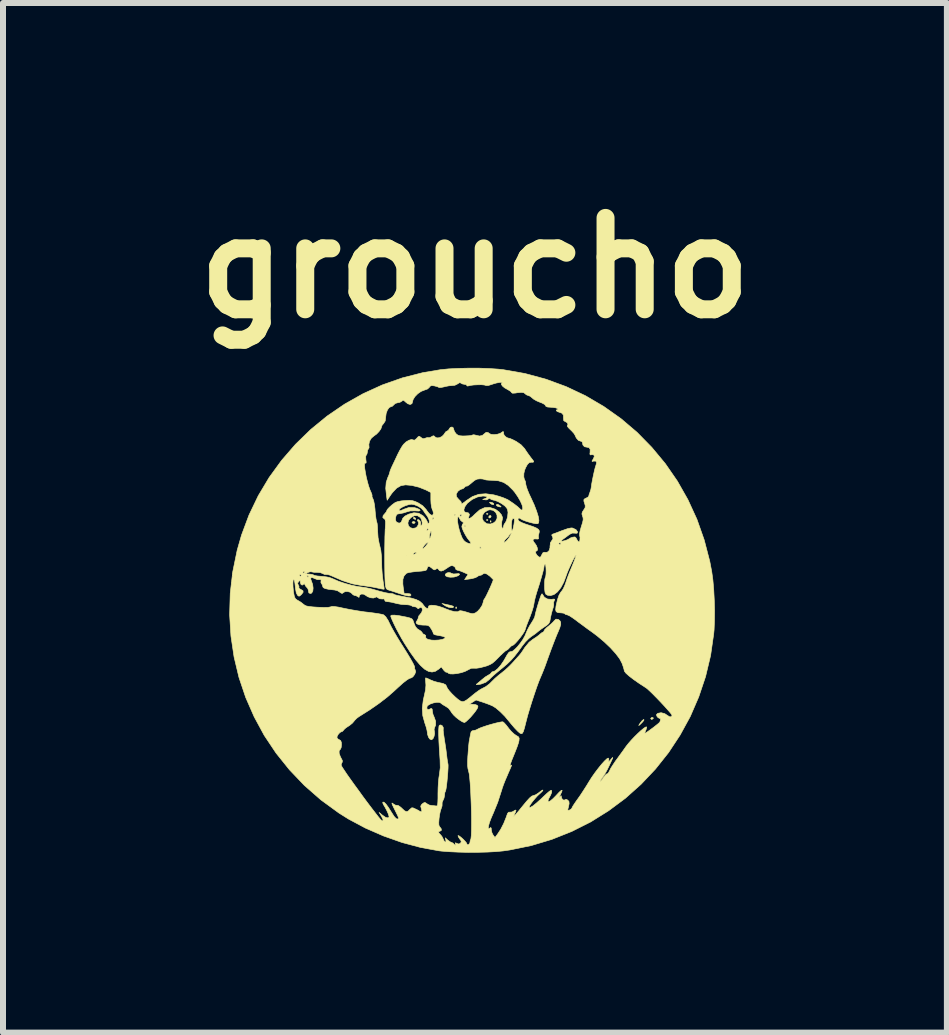
<source format=kicad_pcb>
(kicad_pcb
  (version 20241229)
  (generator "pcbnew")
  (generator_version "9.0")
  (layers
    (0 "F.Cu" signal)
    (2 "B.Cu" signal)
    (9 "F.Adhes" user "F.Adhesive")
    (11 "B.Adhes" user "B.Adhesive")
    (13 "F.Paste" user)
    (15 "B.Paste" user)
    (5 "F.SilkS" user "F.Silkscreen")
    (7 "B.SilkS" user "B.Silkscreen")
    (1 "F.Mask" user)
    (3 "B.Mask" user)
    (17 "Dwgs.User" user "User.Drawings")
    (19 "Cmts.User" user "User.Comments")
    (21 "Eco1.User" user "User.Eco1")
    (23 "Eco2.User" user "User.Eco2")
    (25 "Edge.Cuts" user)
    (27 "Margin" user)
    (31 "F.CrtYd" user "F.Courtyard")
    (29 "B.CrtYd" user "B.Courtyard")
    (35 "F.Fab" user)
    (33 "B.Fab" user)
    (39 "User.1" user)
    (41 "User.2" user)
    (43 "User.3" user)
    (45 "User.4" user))
  (footprint "groucho"
    (layer "F.Cu")
    (at 4.82 7.118)
    (property "Reference" "groucho" (at 0.05 -5.7 0) (layer "F.SilkS") (effects (font (size 1.524 1.524) (thickness 0.3))))
    (attr through_hole)
    (fp_poly (pts (xy -0.26 -0.045) (xy -0.258 -0.025) (xy -0.26 -0.023) (xy -0.27 -0.025) (xy -0.271 -0.034) (xy -0.265 -0.048) (xy -0.26 -0.045)) (stroke (width 0.01) (type solid)) (fill yes) (layer "F.SilkS"))
    (fp_poly (pts (xy 0.265 -1.603) (xy 0.263 -1.593) (xy 0.254 -1.592) (xy 0.24 -1.598) (xy 0.243 -1.603) (xy 0.263 -1.605) (xy 0.265 -1.603)) (stroke (width 0.01) (type solid)) (fill yes) (layer "F.SilkS"))
    (fp_poly (pts (xy 0.265 -1.501) (xy 0.263 -1.491) (xy 0.254 -1.49) (xy 0.24 -1.496) (xy 0.243 -1.501) (xy 0.263 -1.503) (xy 0.265 -1.501)) (stroke (width 0.01) (type solid)) (fill yes) (layer "F.SilkS"))
    (fp_poly (pts (xy 0.316 -1.484) (xy 0.318 -1.464) (xy 0.316 -1.462) (xy 0.306 -1.464) (xy 0.305 -1.473) (xy 0.311 -1.487) (xy 0.316 -1.484)) (stroke (width 0.01) (type solid)) (fill yes) (layer "F.SilkS"))
    (fp_poly (pts (xy 0.319 -1.554) (xy 0.31 -1.539) (xy 0.289 -1.531) (xy 0.281 -1.538) (xy 0.283 -1.561) (xy 0.289 -1.567) (xy 0.313 -1.571) (xy 0.319 -1.554)) (stroke (width 0.01) (type solid)) (fill yes) (layer "F.SilkS"))
    (fp_poly (pts (xy -0.951 -1.464) (xy -0.948 -1.456) (xy -0.962 -1.441) (xy -0.974 -1.439) (xy -0.996 -1.448) (xy -0.999 -1.456) (xy -0.985 -1.471) (xy -0.974 -1.473) (xy -0.951 -1.464)) (stroke (width 0.01) (type solid)) (fill yes) (layer "F.SilkS"))
    (fp_poly (pts (xy -0.943 -1.529) (xy -0.94 -1.524) (xy -0.941 -1.508) (xy -0.946 -1.507) (xy -0.97 -1.519) (xy -0.974 -1.524) (xy -0.973 -1.54) (xy -0.967 -1.541) (xy -0.943 -1.529)) (stroke (width 0.01) (type solid)) (fill yes) (layer "F.SilkS"))
    (fp_poly (pts (xy 0.447 -1.75) (xy 0.467 -1.736) (xy 0.486 -1.718) (xy 0.476 -1.714) (xy 0.436 -1.722) (xy 0.411 -1.736) (xy 0.406 -1.745) (xy 0.417 -1.76) (xy 0.447 -1.75)) (stroke (width 0.01) (type solid)) (fill yes) (layer "F.SilkS"))
    (fp_poly (pts (xy 3.024 1.803) (xy 3.023 1.812) (xy 3.001 1.828) (xy 2.996 1.829) (xy 2.981 1.816) (xy 2.98 1.812) (xy 2.994 1.797) (xy 3.007 1.795) (xy 3.024 1.803)) (stroke (width 0.01) (type solid)) (fill yes) (layer "F.SilkS"))
    (fp_poly (pts (xy 0.337 -1.788) (xy 0.36 -1.774) (xy 0.364 -1.758) (xy 0.36 -1.755) (xy 0.335 -1.756) (xy 0.312 -1.77) (xy 0.292 -1.788) (xy 0.301 -1.794) (xy 0.305 -1.794) (xy 0.337 -1.788)) (stroke (width 0.01) (type solid)) (fill yes) (layer "F.SilkS"))
    (fp_poly (pts (xy -0.451 -0.094) (xy -0.395 -0.082) (xy -0.354 -0.073) (xy -0.319 -0.062) (xy -0.305 -0.049) (xy -0.319 -0.036) (xy -0.353 -0.035) (xy -0.396 -0.044) (xy -0.439 -0.063) (xy -0.449 -0.069) (xy -0.5 -0.105) (xy -0.451 -0.094)) (stroke (width 0.01) (type solid)) (fill yes) (layer "F.SilkS"))
    (fp_poly (pts (xy 2.868 1.839) (xy 2.849 1.866) (xy 2.836 1.88) (xy 2.805 1.911) (xy 2.784 1.929) (xy 2.781 1.93) (xy 2.786 1.918) (xy 2.805 1.889) (xy 2.811 1.88) (xy 2.839 1.846) (xy 2.863 1.829) (xy 2.866 1.829) (xy 2.868 1.839)) (stroke (width 0.01) (type solid)) (fill yes) (layer "F.SilkS"))
    (fp_poly (pts (xy -0.362 -0.618) (xy -0.348 -0.61) (xy -0.307 -0.597) (xy -0.263 -0.6) (xy -0.219 -0.603) (xy -0.205 -0.593) (xy -0.221 -0.575) (xy -0.246 -0.562) (xy -0.299 -0.546) (xy -0.358 -0.543) (xy -0.41 -0.55) (xy -0.44 -0.567) (xy -0.445 -0.591) (xy -0.426 -0.61) (xy -0.395 -0.621) (xy -0.362 -0.618)) (stroke (width 0.01) (type solid)) (fill yes) (layer "F.SilkS"))
    (fp_poly (pts (xy 1.176 -0.257) (xy 1.208 -0.208) (xy 1.261 -0.179) (xy 1.325 -0.174) (xy 1.33 -0.175) (xy 1.368 -0.179) (xy 1.38 -0.173) (xy 1.372 -0.152) (xy 1.371 -0.151) (xy 1.36 -0.118) (xy 1.363 -0.103) (xy 1.363 -0.079) (xy 1.354 -0.035) (xy 1.344 -0.006) (xy 1.325 0.061) (xy 1.309 0.132) (xy 1.306 0.152) (xy 1.297 0.198) (xy 1.279 0.23) (xy 1.245 0.26) (xy 1.211 0.283) (xy 1.158 0.319) (xy 1.113 0.353) (xy 1.092 0.37) (xy 1.057 0.399) (xy 1.008 0.433) (xy 0.989 0.445) (xy 0.944 0.482) (xy 0.891 0.536) (xy 0.841 0.599) (xy 0.837 0.604) (xy 0.767 0.701) (xy 0.707 0.778) (xy 0.65 0.842) (xy 0.588 0.902) (xy 0.514 0.965) (xy 0.481 0.991) (xy 0.416 1.045) (xy 0.358 1.095) (xy 0.314 1.136) (xy 0.291 1.16) (xy 0.232 1.208) (xy 0.15 1.239) (xy 0.11 1.246) (xy 0.077 1.249) (xy 0.073 1.243) (xy 0.091 1.228) (xy 0.124 1.201) (xy 0.166 1.165) (xy 0.176 1.157) (xy 0.222 1.12) (xy 0.268 1.092) (xy 0.275 1.088) (xy 0.308 1.068) (xy 0.322 1.05) (xy 0.335 1.035) (xy 0.347 1.033) (xy 0.384 1.019) (xy 0.431 0.98) (xy 0.481 0.922) (xy 0.529 0.852) (xy 0.553 0.81) (xy 0.588 0.748) (xy 0.613 0.713) (xy 0.634 0.699) (xy 0.646 0.7) (xy 0.674 0.692) (xy 0.714 0.66) (xy 0.761 0.613) (xy 0.808 0.554) (xy 0.851 0.492) (xy 0.884 0.432) (xy 0.896 0.403) (xy 0.924 0.337) (xy 0.962 0.265) (xy 0.989 0.223) (xy 1.021 0.171) (xy 1.043 0.128) (xy 1.05 0.104) (xy 1.055 0.077) (xy 1.068 0.026) (xy 1.087 -0.042) (xy 1.107 -0.109) (xy 1.133 -0.189) (xy 1.151 -0.24) (xy 1.164 -0.264) (xy 1.173 -0.264) (xy 1.176 -0.257)) (stroke (width 0.01) (type solid)) (fill yes) (layer "F.SilkS"))
    (fp_poly (pts (xy 1.438 0.16) (xy 1.464 0.179) (xy 1.479 0.206) (xy 1.48 0.245) (xy 1.464 0.3) (xy 1.432 0.378) (xy 1.429 0.383) (xy 1.403 0.446) (xy 1.367 0.537) (xy 1.322 0.655) (xy 1.27 0.797) (xy 1.219 0.94) (xy 1.194 1.004) (xy 1.164 1.078) (xy 1.143 1.126) (xy 1.114 1.197) (xy 1.079 1.292) (xy 1.041 1.404) (xy 1.001 1.525) (xy 0.963 1.647) (xy 0.929 1.761) (xy 0.903 1.861) (xy 0.898 1.88) (xy 0.876 1.968) (xy 0.858 2.027) (xy 0.841 2.059) (xy 0.821 2.067) (xy 0.797 2.055) (xy 0.764 2.026) (xy 0.758 2.02) (xy 0.711 1.971) (xy 0.658 1.909) (xy 0.621 1.864) (xy 0.548 1.776) (xy 0.471 1.699) (xy 0.398 1.637) (xy 0.349 1.606) (xy 0.304 1.586) (xy 0.241 1.562) (xy 0.181 1.541) (xy 0.067 1.504) (xy 0.012 1.539) (xy -0.042 1.574) (xy 0.008 1.575) (xy 0.054 1.58) (xy 0.084 1.591) (xy 0.099 1.606) (xy 0.096 1.629) (xy 0.084 1.653) (xy 0.059 1.691) (xy 0.021 1.739) (xy -0.022 1.789) (xy -0.066 1.833) (xy -0.102 1.866) (xy -0.124 1.88) (xy -0.125 1.88) (xy -0.16 1.868) (xy -0.208 1.838) (xy -0.261 1.798) (xy -0.307 1.754) (xy -0.34 1.714) (xy -0.346 1.702) (xy -0.389 1.643) (xy -0.438 1.61) (xy -0.481 1.585) (xy -0.511 1.564) (xy -0.516 1.558) (xy -0.543 1.544) (xy -0.589 1.543) (xy -0.643 1.553) (xy -0.695 1.571) (xy -0.735 1.595) (xy -0.75 1.614) (xy -0.752 1.647) (xy -0.735 1.664) (xy -0.711 1.659) (xy -0.679 1.644) (xy -0.664 1.656) (xy -0.66 1.693) (xy -0.651 1.742) (xy -0.629 1.794) (xy -0.628 1.797) (xy -0.606 1.858) (xy -0.606 1.922) (xy -0.627 1.973) (xy -0.632 2.001) (xy -0.627 2.023) (xy -0.623 2.064) (xy -0.632 2.11) (xy -0.65 2.149) (xy -0.674 2.167) (xy -0.677 2.167) (xy -0.705 2.154) (xy -0.725 2.124) (xy -0.741 2.076) (xy -0.745 2.04) (xy -0.751 2.004) (xy -0.766 1.948) (xy -0.787 1.886) (xy -0.82 1.767) (xy -0.829 1.643) (xy -0.812 1.507) (xy -0.795 1.431) (xy -0.774 1.334) (xy -0.768 1.256) (xy -0.771 1.216) (xy -0.775 1.169) (xy -0.774 1.14) (xy -0.771 1.135) (xy -0.751 1.142) (xy -0.712 1.159) (xy -0.695 1.168) (xy -0.633 1.193) (xy -0.566 1.211) (xy -0.556 1.213) (xy -0.481 1.229) (xy -0.438 1.251) (xy -0.423 1.279) (xy -0.423 1.279) (xy -0.411 1.308) (xy -0.379 1.351) (xy -0.333 1.402) (xy -0.278 1.455) (xy -0.234 1.493) (xy -0.197 1.519) (xy -0.166 1.532) (xy -0.134 1.529) (xy -0.095 1.508) (xy -0.042 1.468) (xy 0.01 1.425) (xy 0.065 1.381) (xy 0.115 1.345) (xy 0.151 1.322) (xy 0.154 1.321) (xy 0.231 1.281) (xy 0.293 1.234) (xy 0.337 1.19) (xy 0.385 1.143) (xy 0.445 1.091) (xy 0.491 1.055) (xy 0.554 1.004) (xy 0.621 0.942) (xy 0.666 0.896) (xy 0.714 0.843) (xy 0.757 0.795) (xy 0.787 0.762) (xy 0.818 0.724) (xy 0.855 0.67) (xy 0.879 0.632) (xy 0.953 0.541) (xy 1.016 0.492) (xy 1.069 0.458) (xy 1.115 0.424) (xy 1.134 0.407) (xy 1.165 0.382) (xy 1.185 0.373) (xy 1.201 0.359) (xy 1.202 0.35) (xy 1.215 0.328) (xy 1.247 0.296) (xy 1.275 0.274) (xy 1.32 0.236) (xy 1.356 0.201) (xy 1.368 0.186) (xy 1.4 0.156) (xy 1.438 0.16)) (stroke (width 0.01) (type solid)) (fill yes) (layer "F.SilkS"))
    (fp_poly (pts (xy 0.118 -4.029) (xy 0.286 -4.023) (xy 0.436 -4.013) (xy 0.52 -4.004) (xy 0.883 -3.94) (xy 1.234 -3.845) (xy 1.571 -3.721) (xy 1.893 -3.569) (xy 2.198 -3.39) (xy 2.485 -3.187) (xy 2.753 -2.959) (xy 2.999 -2.708) (xy 3.224 -2.437) (xy 3.425 -2.146) (xy 3.601 -1.836) (xy 3.751 -1.509) (xy 3.872 -1.166) (xy 3.965 -0.809) (xy 3.998 -0.635) (xy 4.017 -0.498) (xy 4.031 -0.337) (xy 4.04 -0.163) (xy 4.045 0.014) (xy 4.043 0.184) (xy 4.037 0.336) (xy 4.031 0.399) (xy 3.979 0.762) (xy 3.895 1.114) (xy 3.781 1.453) (xy 3.64 1.779) (xy 3.471 2.088) (xy 3.278 2.381) (xy 3.06 2.655) (xy 2.82 2.909) (xy 2.559 3.142) (xy 2.278 3.351) (xy 1.98 3.537) (xy 1.664 3.696) (xy 1.333 3.828) (xy 0.987 3.932) (xy 0.63 4.005) (xy 0.52 4.021) (xy 0.402 4.032) (xy 0.259 4.04) (xy 0.1 4.044) (xy -0.065 4.045) (xy -0.227 4.041) (xy -0.377 4.034) (xy -0.507 4.024) (xy -0.55 4.019) (xy -0.856 3.963) (xy -1.167 3.88) (xy -1.476 3.771) (xy -1.776 3.64) (xy -2.059 3.489) (xy -2.22 3.388) (xy -2.52 3.169) (xy -2.795 2.928) (xy -3.044 2.667) (xy -3.267 2.389) (xy -3.464 2.094) (xy -3.632 1.784) (xy -3.773 1.462) (xy -3.885 1.129) (xy -3.967 0.787) (xy -4.019 0.438) (xy -4.041 0.083) (xy -4.031 -0.274) (xy -4.011 -0.448) (xy -2.986 -0.448) (xy -2.984 -0.382) (xy -2.976 -0.3) (xy -2.972 -0.274) (xy -2.961 -0.219) (xy -2.945 -0.186) (xy -2.917 -0.164) (xy -2.906 -0.158) (xy -2.854 -0.127) (xy -2.811 -0.093) (xy -2.788 -0.076) (xy -2.759 -0.063) (xy -2.716 -0.055) (xy -2.653 -0.048) (xy -2.579 -0.043) (xy -2.476 -0.039) (xy -2.402 -0.04) (xy -2.36 -0.048) (xy -2.357 -0.049) (xy -2.332 -0.056) (xy -2.291 -0.054) (xy -2.229 -0.045) (xy -2.141 -0.026) (xy -2.131 -0.024) (xy -2.031 -0.004) (xy -1.914 0.016) (xy -1.797 0.034) (xy -1.726 0.042) (xy -1.641 0.053) (xy -1.565 0.064) (xy -1.506 0.075) (xy -1.473 0.084) (xy -1.472 0.085) (xy -1.438 0.116) (xy -1.397 0.18) (xy -1.372 0.232) (xy -1.342 0.291) (xy -1.298 0.37) (xy -1.245 0.461) (xy -1.187 0.555) (xy -1.154 0.607) (xy -1.081 0.724) (xy -1.024 0.819) (xy -0.983 0.892) (xy -0.96 0.94) (xy -0.955 0.963) (xy -0.958 0.965) (xy -0.958 0.978) (xy -0.948 0.999) (xy -0.939 1.033) (xy -0.953 1.072) (xy -0.96 1.084) (xy -0.986 1.118) (xy -1.011 1.134) (xy -1.013 1.135) (xy -1.043 1.144) (xy -1.088 1.172) (xy -1.15 1.22) (xy -1.23 1.292) (xy -1.296 1.353) (xy -1.41 1.453) (xy -1.549 1.56) (xy -1.706 1.669) (xy -1.874 1.775) (xy -1.877 1.776) (xy -1.923 1.81) (xy -1.958 1.846) (xy -1.966 1.857) (xy -1.993 1.889) (xy -2.037 1.925) (xy -2.058 1.939) (xy -2.102 1.968) (xy -2.133 1.996) (xy -2.14 2.006) (xy -2.162 2.029) (xy -2.174 2.032) (xy -2.202 2.046) (xy -2.231 2.078) (xy -2.25 2.115) (xy -2.252 2.129) (xy -2.238 2.152) (xy -2.214 2.166) (xy -2.189 2.182) (xy -2.178 2.212) (xy -2.176 2.25) (xy -2.181 2.297) (xy -2.193 2.325) (xy -2.197 2.328) (xy -2.215 2.351) (xy -2.215 2.393) (xy -2.196 2.446) (xy -2.184 2.47) (xy -2.162 2.512) (xy -2.162 2.539) (xy -2.169 2.55) (xy -2.181 2.581) (xy -2.179 2.596) (xy -2.164 2.624) (xy -2.131 2.674) (xy -2.085 2.743) (xy -2.027 2.825) (xy -1.961 2.917) (xy -1.89 3.014) (xy -1.818 3.114) (xy -1.746 3.211) (xy -1.678 3.301) (xy -1.617 3.38) (xy -1.567 3.445) (xy -1.529 3.491) (xy -1.507 3.513) (xy -1.506 3.514) (xy -1.484 3.521) (xy -1.482 3.502) (xy -1.501 3.461) (xy -1.51 3.444) (xy -1.549 3.378) (xy -1.493 3.425) (xy -1.439 3.462) (xy -1.4 3.47) (xy -1.382 3.457) (xy -1.385 3.436) (xy -1.399 3.395) (xy -1.422 3.344) (xy -1.449 3.293) (xy -1.474 3.251) (xy -1.476 3.248) (xy -1.488 3.219) (xy -1.485 3.206) (xy -1.466 3.209) (xy -1.435 3.239) (xy -1.395 3.293) (xy -1.348 3.368) (xy -1.334 3.39) (xy -1.298 3.446) (xy -1.266 3.48) (xy -1.249 3.488) (xy -1.231 3.487) (xy -1.223 3.481) (xy -1.226 3.463) (xy -1.241 3.428) (xy -1.27 3.369) (xy -1.278 3.353) (xy -1.312 3.284) (xy -1.331 3.242) (xy -1.335 3.223) (xy -1.325 3.225) (xy -1.306 3.241) (xy -1.273 3.259) (xy -1.251 3.26) (xy -1.225 3.266) (xy -1.187 3.293) (xy -1.169 3.31) (xy -1.124 3.352) (xy -1.091 3.367) (xy -1.063 3.356) (xy -1.038 3.33) (xy -1.005 3.302) (xy -0.982 3.303) (xy -0.943 3.321) (xy -0.931 3.326) (xy -0.896 3.344) (xy -0.877 3.356) (xy -0.847 3.37) (xy -0.836 3.355) (xy -0.845 3.316) (xy -0.846 3.311) (xy -0.855 3.274) (xy -0.84 3.247) (xy -0.826 3.234) (xy -0.796 3.214) (xy -0.776 3.216) (xy -0.756 3.231) (xy -0.714 3.255) (xy -0.68 3.262) (xy -0.631 3.267) (xy -0.601 3.271) (xy -0.587 3.271) (xy -0.578 3.264) (xy -0.572 3.244) (xy -0.569 3.204) (xy -0.567 3.141) (xy -0.567 3.065) (xy -0.565 2.972) (xy -0.56 2.881) (xy -0.552 2.802) (xy -0.544 2.752) (xy -0.529 2.633) (xy -0.532 2.507) (xy -0.543 2.341) (xy -0.551 2.201) (xy -0.555 2.088) (xy -0.555 2.003) (xy -0.551 1.948) (xy -0.545 1.926) (xy -0.52 1.92) (xy -0.494 1.935) (xy -0.479 1.963) (xy -0.479 1.981) (xy -0.48 2.01) (xy -0.475 2.062) (xy -0.465 2.127) (xy -0.463 2.143) (xy -0.449 2.231) (xy -0.434 2.33) (xy -0.423 2.419) (xy -0.415 2.485) (xy -0.407 2.537) (xy -0.401 2.567) (xy -0.4 2.571) (xy -0.398 2.594) (xy -0.399 2.643) (xy -0.403 2.708) (xy -0.409 2.784) (xy -0.416 2.86) (xy -0.424 2.93) (xy -0.432 2.985) (xy -0.439 3.017) (xy -0.441 3.022) (xy -0.453 3.049) (xy -0.457 3.09) (xy -0.466 3.14) (xy -0.483 3.178) (xy -0.498 3.215) (xy -0.498 3.24) (xy -0.499 3.272) (xy -0.513 3.313) (xy -0.527 3.355) (xy -0.54 3.416) (xy -0.549 3.481) (xy -0.554 3.548) (xy -0.552 3.589) (xy -0.543 3.614) (xy -0.534 3.623) (xy -0.512 3.653) (xy -0.511 3.679) (xy -0.532 3.691) (xy -0.533 3.691) (xy -0.556 3.7) (xy -0.552 3.722) (xy -0.529 3.746) (xy -0.502 3.778) (xy -0.482 3.817) (xy -0.465 3.854) (xy -0.447 3.873) (xy -0.435 3.871) (xy -0.435 3.845) (xy -0.436 3.841) (xy -0.445 3.802) (xy -0.404 3.84) (xy -0.37 3.866) (xy -0.345 3.878) (xy -0.344 3.878) (xy -0.319 3.889) (xy -0.305 3.903) (xy -0.281 3.926) (xy -0.272 3.922) (xy -0.277 3.903) (xy -0.28 3.886) (xy -0.262 3.89) (xy -0.252 3.896) (xy -0.218 3.906) (xy -0.192 3.891) (xy -0.179 3.871) (xy -0.185 3.847) (xy -0.205 3.821) (xy -0.226 3.788) (xy -0.233 3.767) (xy -0.232 3.765) (xy -0.215 3.77) (xy -0.185 3.792) (xy -0.148 3.825) (xy -0.114 3.86) (xy -0.09 3.89) (xy -0.085 3.905) (xy -0.073 3.92) (xy -0.059 3.918) (xy -0.037 3.894) (xy -0.034 3.879) (xy -0.029 3.848) (xy -0.024 3.839) (xy -0.017 3.815) (xy -0.011 3.762) (xy -0.008 3.685) (xy -0.007 3.589) (xy -0.007 3.479) (xy -0.009 3.36) (xy -0.013 3.237) (xy -0.018 3.115) (xy -0.023 2.999) (xy -0.03 2.894) (xy -0.038 2.804) (xy -0.046 2.735) (xy -0.056 2.693) (xy -0.056 2.692) (xy -0.067 2.649) (xy -0.073 2.598) (xy -0.073 2.532) (xy -0.069 2.443) (xy -0.067 2.421) (xy -0.061 2.339) (xy -0.055 2.266) (xy -0.049 2.211) (xy -0.045 2.184) (xy -0.036 2.138) (xy -0.026 2.083) (xy -0.025 2.079) (xy -0.015 2.036) (xy 0.004 2.018) (xy 0.022 2.015) (xy 0.066 2.005) (xy 0.097 1.989) (xy 0.13 1.973) (xy 0.184 1.953) (xy 0.252 1.93) (xy 0.327 1.908) (xy 0.398 1.889) (xy 0.46 1.875) (xy 0.502 1.868) (xy 0.517 1.869) (xy 0.538 1.886) (xy 0.571 1.923) (xy 0.609 1.972) (xy 0.609 1.973) (xy 0.654 2.026) (xy 0.701 2.07) (xy 0.736 2.095) (xy 0.773 2.116) (xy 0.787 2.14) (xy 0.784 2.181) (xy 0.784 2.183) (xy 0.774 2.222) (xy 0.753 2.284) (xy 0.724 2.359) (xy 0.693 2.436) (xy 0.661 2.514) (xy 0.641 2.57) (xy 0.633 2.601) (xy 0.639 2.605) (xy 0.652 2.595) (xy 0.659 2.59) (xy 0.659 2.597) (xy 0.651 2.619) (xy 0.633 2.661) (xy 0.604 2.727) (xy 0.585 2.772) (xy 0.553 2.846) (xy 0.524 2.92) (xy 0.503 2.98) (xy 0.5 2.992) (xy 0.43 3.209) (xy 0.355 3.393) (xy 0.346 3.412) (xy 0.317 3.48) (xy 0.292 3.546) (xy 0.278 3.597) (xy 0.278 3.598) (xy 0.271 3.64) (xy 0.274 3.654) (xy 0.288 3.647) (xy 0.294 3.643) (xy 0.313 3.63) (xy 0.321 3.643) (xy 0.322 3.668) (xy 0.333 3.718) (xy 0.353 3.757) (xy 0.384 3.797) (xy 0.427 3.74) (xy 0.48 3.659) (xy 0.53 3.561) (xy 0.569 3.464) (xy 0.577 3.441) (xy 0.594 3.394) (xy 0.612 3.375) (xy 0.629 3.375) (xy 0.666 3.372) (xy 0.689 3.36) (xy 0.723 3.339) (xy 0.735 3.344) (xy 0.725 3.375) (xy 0.719 3.388) (xy 0.702 3.424) (xy 0.697 3.445) (xy 0.697 3.446) (xy 0.709 3.435) (xy 0.738 3.403) (xy 0.78 3.353) (xy 0.83 3.291) (xy 0.843 3.275) (xy 0.91 3.194) (xy 0.96 3.139) (xy 0.996 3.108) (xy 1.021 3.098) (xy 1.057 3.087) (xy 1.101 3.06) (xy 1.117 3.048) (xy 1.153 3.02) (xy 1.178 3.006) (xy 1.183 3.006) (xy 1.177 3.021) (xy 1.15 3.049) (xy 1.131 3.066) (xy 1.093 3.101) (xy 1.051 3.148) (xy 1.01 3.197) (xy 0.977 3.243) (xy 0.956 3.279) (xy 0.953 3.296) (xy 0.975 3.294) (xy 1.018 3.269) (xy 1.078 3.22) (xy 1.155 3.151) (xy 1.189 3.118) (xy 1.25 3.061) (xy 1.291 3.026) (xy 1.316 3.011) (xy 1.329 3.015) (xy 1.33 3.017) (xy 1.328 3.048) (xy 1.311 3.09) (xy 1.305 3.101) (xy 1.275 3.158) (xy 1.267 3.191) (xy 1.279 3.2) (xy 1.308 3.186) (xy 1.353 3.148) (xy 1.402 3.098) (xy 1.455 3.041) (xy 1.489 3.012) (xy 1.503 3.009) (xy 1.497 3.034) (xy 1.483 3.063) (xy 1.465 3.101) (xy 1.457 3.127) (xy 1.46 3.132) (xy 1.473 3.116) (xy 1.486 3.1) (xy 1.49 3.114) (xy 1.49 3.118) (xy 1.499 3.148) (xy 1.52 3.17) (xy 1.542 3.174) (xy 1.549 3.168) (xy 1.571 3.161) (xy 1.593 3.171) (xy 1.616 3.194) (xy 1.62 3.228) (xy 1.617 3.248) (xy 1.607 3.294) (xy 1.598 3.327) (xy 1.598 3.327) (xy 1.6 3.343) (xy 1.624 3.341) (xy 1.657 3.32) (xy 1.668 3.302) (xy 1.682 3.274) (xy 1.712 3.228) (xy 1.75 3.173) (xy 1.762 3.157) (xy 1.807 3.093) (xy 1.86 3.012) (xy 1.915 2.926) (xy 1.949 2.87) (xy 1.996 2.795) (xy 2.05 2.718) (xy 2.107 2.643) (xy 2.161 2.576) (xy 2.21 2.522) (xy 2.249 2.485) (xy 2.272 2.472) (xy 2.282 2.486) (xy 2.28 2.51) (xy 2.277 2.532) (xy 2.285 2.53) (xy 2.31 2.503) (xy 2.314 2.498) (xy 2.335 2.473) (xy 2.347 2.462) (xy 2.347 2.47) (xy 2.334 2.5) (xy 2.309 2.554) (xy 2.288 2.599) (xy 2.256 2.665) (xy 2.223 2.725) (xy 2.196 2.767) (xy 2.195 2.769) (xy 2.157 2.822) (xy 2.139 2.852) (xy 2.14 2.862) (xy 2.141 2.862) (xy 2.155 2.849) (xy 2.18 2.816) (xy 2.195 2.794) (xy 2.223 2.757) (xy 2.246 2.737) (xy 2.254 2.736) (xy 2.268 2.728) (xy 2.288 2.696) (xy 2.294 2.683) (xy 2.316 2.64) (xy 2.353 2.582) (xy 2.396 2.518) (xy 2.41 2.5) (xy 2.462 2.428) (xy 2.518 2.351) (xy 2.566 2.283) (xy 2.571 2.276) (xy 2.609 2.228) (xy 2.657 2.173) (xy 2.711 2.116) (xy 2.767 2.061) (xy 2.819 2.013) (xy 2.864 1.976) (xy 2.896 1.955) (xy 2.912 1.953) (xy 2.913 1.956) (xy 2.905 1.993) (xy 2.894 2.018) (xy 2.883 2.047) (xy 2.883 2.059) (xy 2.898 2.053) (xy 2.932 2.03) (xy 2.978 1.997) (xy 3.028 1.96) (xy 3.075 1.923) (xy 3.112 1.893) (xy 3.131 1.874) (xy 3.133 1.872) (xy 3.138 1.853) (xy 3.143 1.839) (xy 3.142 1.816) (xy 3.13 1.812) (xy 3.104 1.799) (xy 3.086 1.779) (xy 3.075 1.751) (xy 3.091 1.732) (xy 3.101 1.726) (xy 3.153 1.716) (xy 3.213 1.731) (xy 3.263 1.764) (xy 3.298 1.785) (xy 3.325 1.783) (xy 3.336 1.759) (xy 3.325 1.74) (xy 3.294 1.702) (xy 3.248 1.65) (xy 3.192 1.588) (xy 3.131 1.523) (xy 3.068 1.458) (xy 3.009 1.398) (xy 2.958 1.349) (xy 2.92 1.315) (xy 2.906 1.304) (xy 2.789 1.228) (xy 2.692 1.16) (xy 2.617 1.102) (xy 2.566 1.056) (xy 2.542 1.024) (xy 2.54 1.017) (xy 2.534 0.989) (xy 2.519 0.94) (xy 2.502 0.892) (xy 2.462 0.816) (xy 2.396 0.729) (xy 2.309 0.633) (xy 2.205 0.534) (xy 2.088 0.436) (xy 2.007 0.375) (xy 1.927 0.318) (xy 1.845 0.257) (xy 1.771 0.203) (xy 1.727 0.169) (xy 1.672 0.13) (xy 1.625 0.1) (xy 1.593 0.086) (xy 1.589 0.085) (xy 1.558 0.076) (xy 1.549 0.068) (xy 1.527 0.056) (xy 1.486 0.051) (xy 1.485 0.051) (xy 1.433 0.047) (xy 1.404 0.032) (xy 1.395 -0.001) (xy 1.401 -0.058) (xy 1.405 -0.078) (xy 1.427 -0.173) (xy 1.451 -0.243) (xy 1.481 -0.294) (xy 1.498 -0.314) (xy 1.523 -0.352) (xy 1.548 -0.408) (xy 1.564 -0.452) (xy 1.589 -0.527) (xy 1.619 -0.607) (xy 1.634 -0.643) (xy 1.672 -0.734) (xy 1.703 -0.811) (xy 1.725 -0.87) (xy 1.736 -0.905) (xy 1.736 -0.914) (xy 1.723 -0.9) (xy 1.701 -0.862) (xy 1.673 -0.807) (xy 1.643 -0.743) (xy 1.613 -0.677) (xy 1.588 -0.617) (xy 1.571 -0.57) (xy 1.57 -0.566) (xy 1.53 -0.459) (xy 1.481 -0.368) (xy 1.425 -0.298) (xy 1.366 -0.253) (xy 1.308 -0.237) (xy 1.308 -0.237) (xy 1.262 -0.242) (xy 1.233 -0.258) (xy 1.218 -0.291) (xy 1.211 -0.349) (xy 1.21 -0.398) (xy 1.211 -0.461) (xy 1.215 -0.509) (xy 1.221 -0.534) (xy 1.222 -0.535) (xy 1.23 -0.555) (xy 1.235 -0.597) (xy 1.236 -0.649) (xy 1.234 -0.701) (xy 1.229 -0.742) (xy 1.221 -0.762) (xy 1.219 -0.762) (xy 1.206 -0.748) (xy 1.202 -0.726) (xy 1.197 -0.691) (xy 1.182 -0.629) (xy 1.158 -0.544) (xy 1.128 -0.441) (xy 1.091 -0.325) (xy 1.079 -0.288) (xy 1.058 -0.215) (xy 1.04 -0.141) (xy 1.032 -0.093) (xy 1.02 -0.038) (xy 0.997 0.035) (xy 0.969 0.112) (xy 0.96 0.135) (xy 0.932 0.205) (xy 0.908 0.267) (xy 0.893 0.313) (xy 0.89 0.324) (xy 0.876 0.358) (xy 0.846 0.406) (xy 0.807 0.46) (xy 0.764 0.513) (xy 0.724 0.557) (xy 0.693 0.586) (xy 0.68 0.592) (xy 0.654 0.605) (xy 0.624 0.635) (xy 0.624 0.635) (xy 0.595 0.665) (xy 0.573 0.677) (xy 0.573 0.677) (xy 0.554 0.689) (xy 0.519 0.72) (xy 0.472 0.764) (xy 0.443 0.794) (xy 0.386 0.851) (xy 0.342 0.889) (xy 0.299 0.914) (xy 0.248 0.935) (xy 0.206 0.947) (xy 0.133 0.966) (xy 0.072 0.975) (xy 0.036 0.974) (xy -0.012 0.975) (xy -0.066 1.002) (xy -0.071 1.005) (xy -0.119 1.029) (xy -0.181 1.049) (xy -0.248 1.063) (xy -0.312 1.07) (xy -0.363 1.069) (xy -0.392 1.059) (xy -0.395 1.056) (xy -0.414 1.04) (xy -0.424 1.042) (xy -0.442 1.036) (xy -0.469 1.009) (xy -0.475 1.001) (xy -0.512 0.952) (xy -0.553 0.988) (xy -0.609 1.025) (xy -0.666 1.038) (xy -0.725 1.027) (xy -0.79 0.99) (xy -0.86 0.926) (xy -0.939 0.834) (xy -1.026 0.713) (xy -1.124 0.561) (xy -1.127 0.556) (xy -1.173 0.479) (xy -1.219 0.395) (xy -1.264 0.311) (xy -1.302 0.233) (xy -1.332 0.167) (xy -1.351 0.12) (xy -1.355 0.101) (xy -1.339 0.09) (xy -1.292 0.089) (xy -1.216 0.098) (xy -1.112 0.118) (xy -1.092 0.122) (xy -1.036 0.136) (xy -1.003 0.15) (xy -0.985 0.172) (xy -0.971 0.211) (xy -0.967 0.224) (xy -0.942 0.282) (xy -0.908 0.32) (xy -0.886 0.333) (xy -0.85 0.357) (xy -0.831 0.379) (xy -0.83 0.383) (xy -0.816 0.402) (xy -0.796 0.411) (xy -0.771 0.428) (xy -0.772 0.446) (xy -0.768 0.474) (xy -0.733 0.494) (xy -0.672 0.506) (xy -0.62 0.508) (xy -0.552 0.504) (xy -0.496 0.494) (xy -0.459 0.48) (xy -0.447 0.464) (xy -0.452 0.456) (xy -0.477 0.445) (xy -0.524 0.434) (xy -0.556 0.429) (xy -0.612 0.418) (xy -0.641 0.404) (xy -0.643 0.397) (xy -0.652 0.37) (xy -0.673 0.328) (xy -0.682 0.315) (xy -0.705 0.281) (xy -0.729 0.263) (xy -0.765 0.256) (xy -0.818 0.255) (xy -0.884 0.249) (xy -0.923 0.232) (xy -0.933 0.208) (xy -0.917 0.182) (xy -0.899 0.149) (xy -0.897 0.134) (xy -0.885 0.1) (xy -0.87 0.083) (xy -0.839 0.044) (xy -0.826 0.002) (xy -0.834 -0.03) (xy -0.853 -0.043) (xy -0.877 -0.03) (xy -0.899 -0.017) (xy -0.91 -0.03) (xy -0.931 -0.046) (xy -0.957 -0.051) (xy -0.992 -0.057) (xy -1.008 -0.068) (xy -1.029 -0.077) (xy -1.073 -0.084) (xy -1.106 -0.085) (xy -1.178 -0.09) (xy -1.254 -0.104) (xy -1.277 -0.11) (xy -1.336 -0.125) (xy -1.39 -0.134) (xy -1.408 -0.135) (xy -1.446 -0.143) (xy -1.456 -0.163) (xy -1.466 -0.182) (xy -1.494 -0.18) (xy -1.54 -0.184) (xy -1.562 -0.198) (xy -1.591 -0.216) (xy -1.612 -0.207) (xy -1.644 -0.196) (xy -1.692 -0.201) (xy -1.742 -0.22) (xy -1.772 -0.241) (xy -1.811 -0.262) (xy -1.848 -0.262) (xy -1.874 -0.244) (xy -1.88 -0.224) (xy -1.884 -0.206) (xy -1.9 -0.217) (xy -1.934 -0.235) (xy -1.951 -0.237) (xy -1.983 -0.25) (xy -2.002 -0.271) (xy -2.031 -0.293) (xy -2.074 -0.305) (xy -2.116 -0.303) (xy -2.142 -0.288) (xy -2.165 -0.272) (xy -2.197 -0.287) (xy -2.21 -0.299) (xy -2.245 -0.319) (xy -2.294 -0.331) (xy -2.3 -0.331) (xy -2.389 -0.341) (xy -2.448 -0.354) (xy -2.48 -0.37) (xy -2.489 -0.39) (xy -2.498 -0.422) (xy -2.508 -0.433) (xy -2.519 -0.456) (xy -2.517 -0.478) (xy -2.516 -0.502) (xy -2.538 -0.504) (xy -2.542 -0.503) (xy -2.58 -0.504) (xy -2.624 -0.521) (xy -2.625 -0.522) (xy -2.667 -0.539) (xy -2.688 -0.531) (xy -2.686 -0.501) (xy -2.68 -0.487) (xy -2.657 -0.423) (xy -2.649 -0.362) (xy -2.654 -0.312) (xy -2.673 -0.279) (xy -2.694 -0.271) (xy -2.72 -0.282) (xy -2.726 -0.312) (xy -2.735 -0.35) (xy -2.749 -0.367) (xy -2.773 -0.394) (xy -2.783 -0.414) (xy -2.796 -0.436) (xy -2.809 -0.426) (xy -2.81 -0.425) (xy -2.831 -0.411) (xy -2.851 -0.423) (xy -2.862 -0.456) (xy -2.862 -0.462) (xy -2.864 -0.487) (xy -2.876 -0.483) (xy -2.89 -0.47) (xy -2.908 -0.444) (xy -2.899 -0.42) (xy -2.897 -0.416) (xy -2.884 -0.387) (xy -2.887 -0.373) (xy -2.881 -0.355) (xy -2.854 -0.339) (xy -2.819 -0.319) (xy -2.815 -0.294) (xy -2.841 -0.258) (xy -2.847 -0.252) (xy -2.874 -0.229) (xy -2.893 -0.229) (xy -2.91 -0.244) (xy -2.93 -0.284) (xy -2.943 -0.355) (xy -2.946 -0.39) (xy -2.953 -0.449) (xy -2.962 -0.491) (xy -2.971 -0.508) (xy -2.972 -0.508) (xy -2.982 -0.492) (xy -2.986 -0.448) (xy -4.011 -0.448) (xy -3.996 -0.576) (xy -2.879 -0.576) (xy -2.866 -0.559) (xy -2.862 -0.559) (xy -2.853 -0.565) (xy -2.754 -0.565) (xy -2.752 -0.559) (xy -2.736 -0.543) (xy -2.734 -0.542) (xy -2.726 -0.555) (xy -2.726 -0.559) (xy -2.739 -0.575) (xy -2.744 -0.576) (xy -2.754 -0.565) (xy -2.853 -0.565) (xy -2.845 -0.572) (xy -2.845 -0.576) (xy -2.858 -0.592) (xy -2.862 -0.593) (xy -2.878 -0.58) (xy -2.879 -0.576) (xy -3.996 -0.576) (xy -3.994 -0.598) (xy -2.781 -0.598) (xy -2.717 -0.596) (xy -2.673 -0.591) (xy -2.645 -0.583) (xy -2.643 -0.58) (xy -2.621 -0.571) (xy -2.58 -0.564) (xy -2.574 -0.563) (xy -2.485 -0.556) (xy -2.422 -0.548) (xy -2.375 -0.538) (xy -2.336 -0.524) (xy -2.311 -0.513) (xy -2.224 -0.475) (xy -2.117 -0.439) (xy -2.003 -0.408) (xy -1.897 -0.386) (xy -1.854 -0.381) (xy -1.776 -0.37) (xy -1.695 -0.353) (xy -1.643 -0.339) (xy -1.539 -0.309) (xy -1.449 -0.286) (xy -1.378 -0.273) (xy -1.347 -0.271) (xy -1.314 -0.266) (xy -1.301 -0.258) (xy -1.283 -0.25) (xy -1.239 -0.239) (xy -1.175 -0.226) (xy -1.119 -0.216) (xy -1.011 -0.195) (xy -0.931 -0.171) (xy -0.873 -0.143) (xy -0.83 -0.106) (xy -0.804 -0.071) (xy -0.778 -0.04) (xy -0.751 -0.023) (xy -0.732 -0.024) (xy -0.729 -0.04) (xy -0.719 -0.065) (xy -0.684 -0.076) (xy -0.628 -0.074) (xy -0.557 -0.059) (xy -0.476 -0.032) (xy -0.446 -0.019) (xy -0.361 0.013) (xy -0.291 0.031) (xy -0.239 0.033) (xy -0.213 0.019) (xy -0.193 0.015) (xy -0.151 0.022) (xy -0.106 0.034) (xy -0.046 0.053) (xy -0.01 0.062) (xy 0.014 0.065) (xy 0.034 0.06) (xy 0.057 0.052) (xy 0.095 0.025) (xy 0.135 -0.02) (xy 0.168 -0.071) (xy 0.185 -0.116) (xy 0.186 -0.125) (xy 0.197 -0.164) (xy 0.212 -0.187) (xy 0.226 -0.21) (xy 0.249 -0.255) (xy 0.276 -0.312) (xy 0.305 -0.375) (xy 0.33 -0.433) (xy 0.348 -0.478) (xy 0.356 -0.502) (xy 0.356 -0.502) (xy 0.344 -0.515) (xy 0.316 -0.543) (xy 0.301 -0.558) (xy 0.249 -0.596) (xy 0.207 -0.609) (xy 0.179 -0.595) (xy 0.178 -0.593) (xy 0.154 -0.578) (xy 0.14 -0.576) (xy 0.105 -0.565) (xy 0.086 -0.551) (xy 0.054 -0.535) (xy 0.003 -0.521) (xy -0.032 -0.515) (xy -0.123 -0.503) (xy -0.065 -0.591) (xy -0.142 -0.626) (xy -0.192 -0.646) (xy -0.232 -0.659) (xy -0.245 -0.66) (xy -0.268 -0.673) (xy -0.271 -0.685) (xy -0.284 -0.712) (xy -0.307 -0.729) (xy -0.333 -0.737) (xy -0.361 -0.73) (xy -0.403 -0.705) (xy -0.415 -0.696) (xy -0.474 -0.658) (xy -0.516 -0.645) (xy -0.544 -0.656) (xy -0.556 -0.672) (xy -0.573 -0.691) (xy -0.595 -0.682) (xy -0.6 -0.678) (xy -0.623 -0.666) (xy -0.647 -0.675) (xy -0.666 -0.692) (xy -0.707 -0.722) (xy -0.734 -0.723) (xy -0.748 -0.693) (xy -0.748 -0.69) (xy -0.753 -0.672) (xy -0.766 -0.66) (xy -0.794 -0.652) (xy -0.844 -0.645) (xy -0.912 -0.64) (xy -0.984 -0.632) (xy -1.045 -0.623) (xy -1.085 -0.612) (xy -1.095 -0.607) (xy -1.133 -0.564) (xy -1.152 -0.508) (xy -1.153 -0.433) (xy -1.148 -0.385) (xy -1.131 -0.271) (xy -1.073 -0.271) (xy -1.03 -0.265) (xy -1.016 -0.246) (xy -1.016 -0.246) (xy -1.028 -0.231) (xy -1.065 -0.23) (xy -1.129 -0.245) (xy -1.219 -0.274) (xy -1.284 -0.296) (xy -1.346 -0.316) (xy -1.374 -0.324) (xy -1.411 -0.337) (xy -1.43 -0.355) (xy -1.44 -0.389) (xy -1.446 -0.429) (xy -1.449 -0.482) (xy -1.452 -0.561) (xy -1.454 -0.662) (xy -1.455 -0.776) (xy -1.455 -0.898) (xy -1.455 -0.906) (xy -1.101 -0.906) (xy -1.092 -0.897) (xy -1.084 -0.906) (xy -1.092 -0.914) (xy -1.101 -0.906) (xy -1.455 -0.906) (xy -1.455 -0.929) (xy -0.982 -0.929) (xy -0.97 -0.924) (xy -0.947 -0.932) (xy -0.923 -0.949) (xy -0.919 -0.959) (xy -0.94 -0.96) (xy -0.967 -0.948) (xy -0.982 -0.93) (xy -0.982 -0.929) (xy -1.455 -0.929) (xy -1.455 -1.02) (xy -1.455 -1.022) (xy -0.825 -1.022) (xy -0.821 -1.016) (xy -0.804 -1.027) (xy -0.792 -1.039) (xy 0.124 -1.039) (xy 0.127 -1.033) (xy 0.142 -1.017) (xy 0.145 -1.016) (xy 0.152 -1.029) (xy 0.152 -1.033) (xy 0.139 -1.049) (xy 0.134 -1.05) (xy 0.124 -1.039) (xy -0.792 -1.039) (xy -0.776 -1.056) (xy -0.77 -1.063) (xy -0.741 -1.1) (xy -0.73 -1.123) (xy -0.737 -1.127) (xy -0.762 -1.109) (xy -0.764 -1.108) (xy -0.793 -1.077) (xy -0.815 -1.045) (xy -0.825 -1.022) (xy -1.455 -1.022) (xy -1.453 -1.136) (xy -1.452 -1.219) (xy -0.71 -1.219) (xy -0.708 -1.192) (xy -0.699 -1.196) (xy -0.694 -1.202) (xy -0.683 -1.237) (xy -0.679 -1.278) (xy -0.681 -1.31) (xy -0.686 -1.312) (xy -0.694 -1.295) (xy -0.706 -1.251) (xy -0.71 -1.219) (xy -1.452 -1.219) (xy -1.451 -1.24) (xy -1.448 -1.325) (xy -1.447 -1.338) (xy -0.754 -1.338) (xy -0.752 -1.322) (xy -0.746 -1.321) (xy -0.729 -1.333) (xy -0.728 -1.338) (xy -0.734 -1.354) (xy -0.736 -1.355) (xy -0.75 -1.343) (xy -0.754 -1.338) (xy -1.447 -1.338) (xy -1.446 -1.359) (xy -1.442 -1.431) (xy -1.442 -1.477) (xy -1.446 -1.495) (xy -1.276 -1.495) (xy -1.262 -1.467) (xy -1.256 -1.462) (xy -1.216 -1.444) (xy -1.209 -1.447) (xy -1.069 -1.447) (xy -1.06 -1.403) (xy -1.032 -1.371) (xy -0.988 -1.357) (xy -0.94 -1.365) (xy -0.912 -1.388) (xy -0.894 -1.423) (xy -0.89 -1.457) (xy -0.901 -1.475) (xy -0.913 -1.493) (xy -0.91 -1.5) (xy -0.889 -1.503) (xy -0.868 -1.485) (xy -0.855 -1.456) (xy -0.856 -1.437) (xy -0.856 -1.411) (xy -0.848 -1.405) (xy -0.833 -1.419) (xy -0.83 -1.452) (xy -0.838 -1.493) (xy -0.855 -1.53) (xy -0.864 -1.541) (xy -0.91 -1.57) (xy -0.963 -1.568) (xy -1.017 -1.538) (xy -1.056 -1.494) (xy -1.069 -1.447) (xy -1.209 -1.447) (xy -1.184 -1.455) (xy -1.171 -1.482) (xy -1.154 -1.526) (xy -1.118 -1.562) (xy -1.055 -1.595) (xy -0.968 -1.618) (xy -0.888 -1.61) (xy -0.818 -1.569) (xy -0.796 -1.547) (xy -0.765 -1.506) (xy -0.747 -1.473) (xy -0.745 -1.464) (xy -0.736 -1.442) (xy -0.728 -1.439) (xy -0.713 -1.452) (xy -0.712 -1.485) (xy -0.724 -1.524) (xy -0.66 -1.524) (xy -0.655 -1.508) (xy -0.653 -1.507) (xy -0.638 -1.519) (xy -0.637 -1.522) (xy -0.242 -1.522) (xy -0.24 -1.469) (xy -0.229 -1.402) (xy -0.211 -1.329) (xy -0.188 -1.258) (xy -0.163 -1.197) (xy -0.138 -1.158) (xy -0.108 -1.131) (xy -0.071 -1.112) (xy -0.038 -1.102) (xy -0.018 -1.107) (xy -0.017 -1.112) (xy -0.024 -1.126) (xy 0.532 -1.126) (xy 0.541 -1.123) (xy 0.562 -1.137) (xy 0.588 -1.163) (xy 0.615 -1.197) (xy 0.625 -1.212) (xy 0.646 -1.252) (xy 0.655 -1.278) (xy 0.654 -1.282) (xy 0.642 -1.275) (xy 0.625 -1.25) (xy 0.601 -1.215) (xy 0.582 -1.197) (xy 0.556 -1.172) (xy 0.541 -1.149) (xy 0.532 -1.126) (xy -0.024 -1.126) (xy -0.027 -1.132) (xy -0.049 -1.159) (xy -0.079 -1.198) (xy -0.111 -1.251) (xy -0.141 -1.308) (xy -0.162 -1.358) (xy -0.169 -1.388) (xy -0.166 -1.4) (xy -0.13 -1.4) (xy -0.127 -1.39) (xy -0.119 -1.389) (xy -0.105 -1.395) (xy -0.107 -1.4) (xy -0.127 -1.402) (xy -0.13 -1.4) (xy -0.166 -1.4) (xy -0.158 -1.424) (xy -0.15 -1.435) (xy -0.141 -1.454) (xy -0.159 -1.466) (xy -0.188 -1.49) (xy -0.205 -1.52) (xy -0.22 -1.547) (xy -0.233 -1.551) (xy -0.242 -1.522) (xy -0.637 -1.522) (xy -0.635 -1.524) (xy -0.636 -1.54) (xy -0.642 -1.541) (xy -0.66 -1.529) (xy -0.66 -1.524) (xy -0.724 -1.524) (xy -0.725 -1.526) (xy -0.749 -1.566) (xy -0.751 -1.569) (xy -0.784 -1.613) (xy -0.81 -1.653) (xy -0.811 -1.655) (xy -0.844 -1.692) (xy -0.898 -1.727) (xy -0.959 -1.752) (xy -1.011 -1.761) (xy -1.056 -1.753) (xy -1.112 -1.735) (xy -1.164 -1.711) (xy -1.202 -1.687) (xy -1.21 -1.677) (xy -1.218 -1.654) (xy -1.199 -1.651) (xy -1.156 -1.667) (xy -1.141 -1.675) (xy -1.052 -1.706) (xy -0.961 -1.704) (xy -0.917 -1.692) (xy -0.875 -1.672) (xy -0.864 -1.656) (xy -0.884 -1.647) (xy -0.933 -1.649) (xy -0.938 -1.65) (xy -1.028 -1.649) (xy -1.086 -1.633) (xy -1.143 -1.615) (xy -1.196 -1.604) (xy -1.21 -1.602) (xy -1.245 -1.596) (xy -1.264 -1.573) (xy -1.272 -1.542) (xy -1.276 -1.495) (xy -1.446 -1.495) (xy -1.448 -1.503) (xy -1.459 -1.515) (xy -1.463 -1.517) (xy -1.487 -1.539) (xy -1.481 -1.571) (xy -1.456 -1.6) (xy -1.431 -1.63) (xy -1.422 -1.65) (xy -1.41 -1.674) (xy -1.378 -1.709) (xy -1.336 -1.747) (xy -1.291 -1.781) (xy -1.272 -1.792) (xy -1.235 -1.805) (xy -1.177 -1.816) (xy -1.111 -1.822) (xy -1.042 -1.825) (xy -0.992 -1.82) (xy -0.945 -1.805) (xy -0.897 -1.783) (xy -0.821 -1.734) (xy -0.764 -1.672) (xy -0.754 -1.656) (xy -0.716 -1.607) (xy -0.682 -1.58) (xy -0.657 -1.577) (xy -0.652 -1.586) (xy -0.299 -1.586) (xy -0.297 -1.576) (xy -0.288 -1.575) (xy -0.203 -1.575) (xy -0.19 -1.558) (xy -0.186 -1.558) (xy -0.17 -1.571) (xy -0.169 -1.575) (xy -0.182 -1.591) (xy -0.186 -1.592) (xy -0.203 -1.579) (xy -0.203 -1.575) (xy -0.288 -1.575) (xy -0.274 -1.581) (xy -0.277 -1.586) (xy -0.297 -1.588) (xy -0.299 -1.586) (xy -0.652 -1.586) (xy -0.644 -1.6) (xy -0.643 -1.61) (xy -0.652 -1.652) (xy -0.661 -1.675) (xy -0.134 -1.675) (xy -0.132 -1.641) (xy -0.11 -1.626) (xy -0.106 -1.625) (xy -0.06 -1.616) (xy -0.042 -1.591) (xy -0.05 -1.56) (xy -0.059 -1.531) (xy -0.049 -1.522) (xy -0.037 -1.526) (xy 0.17 -1.526) (xy 0.192 -1.478) (xy 0.24 -1.44) (xy 0.254 -1.434) (xy 0.306 -1.43) (xy 0.36 -1.449) (xy 0.394 -1.476) (xy 0.419 -1.527) (xy 0.417 -1.58) (xy 0.394 -1.626) (xy 0.353 -1.658) (xy 0.301 -1.668) (xy 0.265 -1.66) (xy 0.208 -1.625) (xy 0.176 -1.578) (xy 0.17 -1.526) (xy -0.037 -1.526) (xy -0.023 -1.532) (xy 0.013 -1.559) (xy 0.048 -1.594) (xy 0.128 -1.665) (xy 0.211 -1.703) (xy 0.298 -1.707) (xy 0.386 -1.678) (xy 0.397 -1.672) (xy 0.452 -1.631) (xy 0.492 -1.583) (xy 0.51 -1.536) (xy 0.505 -1.503) (xy 0.497 -1.47) (xy 0.494 -1.427) (xy 0.497 -1.385) (xy 0.506 -1.359) (xy 0.511 -1.355) (xy 0.516 -1.361) (xy 0.657 -1.361) (xy 0.661 -1.327) (xy 0.671 -1.322) (xy 0.683 -1.344) (xy 0.69 -1.374) (xy 0.7 -1.423) (xy 0.703 -1.446) (xy 0.709 -1.494) (xy 0.704 -1.518) (xy 0.69 -1.524) (xy 0.689 -1.524) (xy 0.674 -1.515) (xy 0.664 -1.485) (xy 0.658 -1.427) (xy 0.658 -1.422) (xy 0.657 -1.361) (xy 0.516 -1.361) (xy 0.523 -1.369) (xy 0.525 -1.387) (xy 0.536 -1.425) (xy 0.553 -1.448) (xy 0.572 -1.481) (xy 0.589 -1.533) (xy 0.595 -1.562) (xy 0.601 -1.623) (xy 0.594 -1.667) (xy 0.579 -1.698) (xy 0.547 -1.733) (xy 0.494 -1.771) (xy 0.435 -1.804) (xy 0.38 -1.825) (xy 0.356 -1.829) (xy 0.32 -1.84) (xy 0.307 -1.85) (xy 0.287 -1.862) (xy 0.273 -1.848) (xy 0.246 -1.833) (xy 0.218 -1.834) (xy 0.178 -1.841) (xy 0.216 -1.854) (xy 0.249 -1.87) (xy 0.25 -1.885) (xy 0.221 -1.894) (xy 0.183 -1.897) (xy 0.094 -1.882) (xy 0.005 -1.841) (xy -0.072 -1.781) (xy -0.084 -1.768) (xy -0.118 -1.719) (xy -0.134 -1.675) (xy -0.661 -1.675) (xy -0.665 -1.682) (xy -0.675 -1.717) (xy -0.683 -1.774) (xy -0.686 -1.837) (xy -0.686 -1.928) (xy -0.263 -1.928) (xy -0.257 -1.883) (xy -0.217 -1.836) (xy -0.209 -1.83) (xy -0.183 -1.802) (xy -0.177 -1.78) (xy -0.177 -1.779) (xy -0.183 -1.762) (xy -0.165 -1.768) (xy -0.125 -1.796) (xy -0.095 -1.82) (xy 0.008 -1.888) (xy 0.114 -1.926) (xy 0.23 -1.935) (xy 0.361 -1.917) (xy 0.373 -1.914) (xy 0.453 -1.892) (xy 0.528 -1.866) (xy 0.586 -1.841) (xy 0.603 -1.832) (xy 0.694 -1.771) (xy 0.758 -1.722) (xy 0.786 -1.696) (xy 0.82 -1.665) (xy 0.84 -1.665) (xy 0.847 -1.696) (xy 0.847 -1.697) (xy 0.836 -1.746) (xy 0.807 -1.812) (xy 0.765 -1.885) (xy 0.714 -1.959) (xy 0.682 -1.997) (xy 0.604 -2.074) (xy 0.527 -2.124) (xy 0.441 -2.151) (xy 0.344 -2.159) (xy 0.282 -2.161) (xy 0.235 -2.165) (xy 0.211 -2.172) (xy 0.21 -2.172) (xy 0.186 -2.18) (xy 0.143 -2.184) (xy 0.132 -2.184) (xy 0.087 -2.179) (xy 0.045 -2.159) (xy -0.004 -2.119) (xy -0.006 -2.117) (xy -0.047 -2.083) (xy -0.079 -2.063) (xy -0.092 -2.062) (xy -0.108 -2.06) (xy -0.121 -2.045) (xy -0.148 -2.02) (xy -0.167 -2.015) (xy -0.199 -2.003) (xy -0.235 -1.975) (xy -0.236 -1.974) (xy -0.263 -1.928) (xy -0.686 -1.928) (xy -0.686 -1.956) (xy -0.77 -1.999) (xy -0.883 -2.044) (xy -1.005 -2.074) (xy -1.108 -2.083) (xy -1.185 -2.07) (xy -1.256 -2.029) (xy -1.324 -1.957) (xy -1.354 -1.917) (xy -1.414 -1.826) (xy -1.425 -1.9) (xy -1.438 -2.025) (xy -1.43 -2.126) (xy -1.405 -2.201) (xy -1.385 -2.247) (xy -1.373 -2.282) (xy -1.372 -2.289) (xy -1.365 -2.316) (xy -1.347 -2.361) (xy -1.331 -2.396) (xy -1.302 -2.457) (xy -1.267 -2.531) (xy -1.237 -2.595) (xy -1.204 -2.659) (xy -1.17 -2.718) (xy -1.142 -2.758) (xy -1.099 -2.799) (xy -1.051 -2.827) (xy -1.008 -2.84) (xy -0.979 -2.832) (xy -0.958 -2.828) (xy -0.928 -2.852) (xy -0.922 -2.859) (xy -0.895 -2.888) (xy -0.877 -2.893) (xy -0.854 -2.877) (xy -0.85 -2.873) (xy -0.818 -2.852) (xy -0.787 -2.858) (xy -0.78 -2.861) (xy -0.746 -2.872) (xy -0.728 -2.87) (xy -0.703 -2.871) (xy -0.675 -2.886) (xy -0.646 -2.902) (xy -0.628 -2.896) (xy -0.617 -2.883) (xy -0.586 -2.866) (xy -0.543 -2.869) (xy -0.499 -2.891) (xy -0.465 -2.926) (xy -0.461 -2.934) (xy -0.438 -2.967) (xy -0.415 -2.98) (xy -0.392 -2.994) (xy -0.381 -3.014) (xy -0.36 -3.042) (xy -0.332 -3.048) (xy -0.31 -3.032) (xy -0.305 -3.01) (xy -0.292 -2.972) (xy -0.264 -2.934) (xy -0.236 -2.913) (xy -0.204 -2.902) (xy -0.155 -2.898) (xy -0.111 -2.899) (xy -0.053 -2.902) (xy -0.009 -2.908) (xy 0.01 -2.915) (xy 0.03 -2.919) (xy 0.061 -2.912) (xy 0.126 -2.897) (xy 0.174 -2.908) (xy 0.199 -2.929) (xy 0.236 -2.959) (xy 0.269 -2.956) (xy 0.285 -2.942) (xy 0.316 -2.926) (xy 0.367 -2.921) (xy 0.423 -2.927) (xy 0.471 -2.942) (xy 0.49 -2.954) (xy 0.518 -2.973) (xy 0.528 -2.962) (xy 0.526 -2.94) (xy 0.536 -2.913) (xy 0.563 -2.884) (xy 0.596 -2.865) (xy 0.61 -2.862) (xy 0.64 -2.854) (xy 0.687 -2.833) (xy 0.739 -2.806) (xy 0.819 -2.751) (xy 0.879 -2.686) (xy 0.891 -2.666) (xy 0.93 -2.609) (xy 0.97 -2.554) (xy 0.989 -2.529) (xy 1.021 -2.488) (xy 1.03 -2.467) (xy 1.016 -2.46) (xy 0.99 -2.461) (xy 0.955 -2.454) (xy 0.925 -2.425) (xy 0.895 -2.37) (xy 0.878 -2.328) (xy 0.865 -2.273) (xy 0.864 -2.216) (xy 0.874 -2.172) (xy 0.882 -2.16) (xy 0.893 -2.132) (xy 0.897 -2.094) (xy 0.905 -2.059) (xy 0.924 -2.002) (xy 0.953 -1.932) (xy 0.981 -1.873) (xy 1.037 -1.751) (xy 1.078 -1.644) (xy 1.105 -1.557) (xy 1.116 -1.491) (xy 1.111 -1.449) (xy 1.097 -1.435) (xy 1.066 -1.435) (xy 1.015 -1.445) (xy 0.953 -1.461) (xy 0.892 -1.48) (xy 0.841 -1.5) (xy 0.812 -1.517) (xy 0.785 -1.532) (xy 0.772 -1.527) (xy 0.767 -1.502) (xy 0.784 -1.479) (xy 0.827 -1.455) (xy 0.899 -1.427) (xy 0.933 -1.416) (xy 1.02 -1.387) (xy 1.077 -1.362) (xy 1.11 -1.339) (xy 1.123 -1.315) (xy 1.12 -1.286) (xy 1.117 -1.276) (xy 1.107 -1.233) (xy 1.109 -1.203) (xy 1.11 -1.184) (xy 1.089 -1.179) (xy 1.067 -1.182) (xy 1.028 -1.18) (xy 1.016 -1.161) (xy 1.034 -1.126) (xy 1.048 -1.11) (xy 1.074 -1.071) (xy 1.09 -1.03) (xy 1.093 -0.997) (xy 1.08 -0.982) (xy 1.077 -0.982) (xy 1.061 -0.971) (xy 1.063 -0.944) (xy 1.082 -0.912) (xy 1.106 -0.889) (xy 1.131 -0.875) (xy 1.147 -0.883) (xy 1.163 -0.916) (xy 1.184 -0.952) (xy 1.208 -0.96) (xy 1.217 -0.957) (xy 1.257 -0.96) (xy 1.287 -0.988) (xy 1.301 -1.035) (xy 1.301 -1.059) (xy 1.308 -1.11) (xy 1.446 -1.11) (xy 1.448 -1.101) (xy 1.462 -1.085) (xy 1.465 -1.084) (xy 1.478 -1.096) (xy 1.482 -1.101) (xy 1.478 -1.115) (xy 1.465 -1.118) (xy 1.446 -1.11) (xy 1.308 -1.11) (xy 1.31 -1.122) (xy 1.329 -1.151) (xy 1.35 -1.182) (xy 1.347 -1.209) (xy 1.341 -1.221) (xy 1.329 -1.247) (xy 1.342 -1.26) (xy 1.35 -1.263) (xy 1.379 -1.273) (xy 1.43 -1.292) (xy 1.493 -1.317) (xy 1.51 -1.323) (xy 1.595 -1.353) (xy 1.654 -1.365) (xy 1.679 -1.363) (xy 1.735 -1.336) (xy 1.76 -1.302) (xy 1.761 -1.292) (xy 1.752 -1.276) (xy 1.719 -1.277) (xy 1.713 -1.278) (xy 1.673 -1.279) (xy 1.63 -1.259) (xy 1.605 -1.241) (xy 1.56 -1.207) (xy 1.522 -1.18) (xy 1.513 -1.175) (xy 1.492 -1.156) (xy 1.491 -1.145) (xy 1.511 -1.144) (xy 1.549 -1.153) (xy 1.589 -1.167) (xy 1.619 -1.183) (xy 1.626 -1.188) (xy 1.647 -1.2) (xy 1.681 -1.211) (xy 1.717 -1.215) (xy 1.736 -1.197) (xy 1.739 -1.191) (xy 1.759 -1.154) (xy 1.771 -1.139) (xy 1.787 -1.131) (xy 1.797 -1.152) (xy 1.8 -1.165) (xy 1.802 -1.208) (xy 1.795 -1.236) (xy 1.793 -1.267) (xy 1.804 -1.322) (xy 1.823 -1.387) (xy 1.844 -1.454) (xy 1.854 -1.499) (xy 1.853 -1.532) (xy 1.844 -1.561) (xy 1.833 -1.598) (xy 1.84 -1.629) (xy 1.861 -1.662) (xy 1.886 -1.701) (xy 1.889 -1.735) (xy 1.881 -1.765) (xy 1.866 -1.812) (xy 1.867 -1.839) (xy 1.886 -1.855) (xy 1.905 -1.863) (xy 1.936 -1.88) (xy 1.947 -1.895) (xy 1.953 -1.921) (xy 1.967 -1.959) (xy 1.983 -2.009) (xy 1.99 -2.049) (xy 1.996 -2.096) (xy 2.008 -2.161) (xy 2.023 -2.235) (xy 2.039 -2.308) (xy 2.054 -2.369) (xy 2.067 -2.41) (xy 2.069 -2.416) (xy 2.079 -2.456) (xy 2.064 -2.48) (xy 2.028 -2.479) (xy 2.027 -2.479) (xy 2.004 -2.473) (xy 2.002 -2.482) (xy 2.02 -2.511) (xy 2.021 -2.513) (xy 2.04 -2.555) (xy 2.033 -2.581) (xy 2.004 -2.587) (xy 1.994 -2.585) (xy 1.971 -2.583) (xy 1.966 -2.603) (xy 1.969 -2.62) (xy 1.971 -2.675) (xy 1.952 -2.704) (xy 1.93 -2.709) (xy 1.876 -2.719) (xy 1.849 -2.749) (xy 1.846 -2.77) (xy 1.836 -2.803) (xy 1.814 -2.811) (xy 1.774 -2.826) (xy 1.739 -2.866) (xy 1.72 -2.908) (xy 1.701 -2.94) (xy 1.664 -2.981) (xy 1.64 -3.004) (xy 1.606 -3.038) (xy 1.589 -3.063) (xy 1.59 -3.072) (xy 1.601 -3.094) (xy 1.588 -3.119) (xy 1.557 -3.138) (xy 1.555 -3.138) (xy 1.53 -3.154) (xy 1.526 -3.19) (xy 1.526 -3.195) (xy 1.524 -3.247) (xy 1.5 -3.278) (xy 1.456 -3.294) (xy 1.422 -3.306) (xy 1.405 -3.322) (xy 1.411 -3.334) (xy 1.426 -3.336) (xy 1.437 -3.341) (xy 1.427 -3.355) (xy 1.399 -3.367) (xy 1.351 -3.375) (xy 1.317 -3.377) (xy 1.262 -3.381) (xy 1.234 -3.391) (xy 1.228 -3.404) (xy 1.212 -3.424) (xy 1.169 -3.447) (xy 1.135 -3.46) (xy 1.076 -3.485) (xy 1.026 -3.514) (xy 1.005 -3.532) (xy 0.97 -3.561) (xy 0.939 -3.573) (xy 0.938 -3.573) (xy 0.905 -3.586) (xy 0.89 -3.6) (xy 0.865 -3.619) (xy 0.824 -3.625) (xy 0.759 -3.62) (xy 0.724 -3.614) (xy 0.677 -3.611) (xy 0.66 -3.621) (xy 0.66 -3.622) (xy 0.646 -3.641) (xy 0.611 -3.663) (xy 0.597 -3.671) (xy 0.544 -3.701) (xy 0.506 -3.733) (xy 0.489 -3.762) (xy 0.497 -3.78) (xy 0.505 -3.791) (xy 0.487 -3.794) (xy 0.452 -3.79) (xy 0.405 -3.781) (xy 0.356 -3.767) (xy 0.336 -3.76) (xy 0.273 -3.74) (xy 0.235 -3.739) (xy 0.229 -3.742) (xy 0.203 -3.749) (xy 0.154 -3.753) (xy 0.093 -3.752) (xy 0.03 -3.749) (xy -0.024 -3.742) (xy -0.055 -3.734) (xy -0.08 -3.731) (xy -0.085 -3.74) (xy -0.099 -3.755) (xy -0.124 -3.759) (xy -0.163 -3.767) (xy -0.182 -3.779) (xy -0.204 -3.788) (xy -0.233 -3.772) (xy -0.237 -3.768) (xy -0.285 -3.744) (xy -0.329 -3.739) (xy -0.383 -3.735) (xy -0.446 -3.723) (xy -0.463 -3.718) (xy -0.511 -3.708) (xy -0.545 -3.706) (xy -0.553 -3.709) (xy -0.578 -3.721) (xy -0.621 -3.732) (xy -0.629 -3.734) (xy -0.673 -3.739) (xy -0.698 -3.728) (xy -0.71 -3.711) (xy -0.741 -3.682) (xy -0.791 -3.664) (xy -0.848 -3.642) (xy -0.904 -3.603) (xy -0.952 -3.554) (xy -0.983 -3.503) (xy -0.989 -3.476) (xy -1.001 -3.437) (xy -1.031 -3.423) (xy -1.071 -3.436) (xy -1.104 -3.462) (xy -1.134 -3.489) (xy -1.153 -3.493) (xy -1.168 -3.48) (xy -1.201 -3.46) (xy -1.234 -3.454) (xy -1.279 -3.441) (xy -1.3 -3.421) (xy -1.328 -3.394) (xy -1.351 -3.387) (xy -1.382 -3.371) (xy -1.41 -3.331) (xy -1.431 -3.275) (xy -1.439 -3.213) (xy -1.439 -3.21) (xy -1.447 -3.148) (xy -1.473 -3.107) (xy -1.499 -3.076) (xy -1.507 -3.053) (xy -1.519 -3.017) (xy -1.55 -2.973) (xy -1.591 -2.93) (xy -1.63 -2.902) (xy -1.677 -2.863) (xy -1.709 -2.81) (xy -1.72 -2.754) (xy -1.718 -2.737) (xy -1.716 -2.702) (xy -1.726 -2.685) (xy -1.74 -2.661) (xy -1.744 -2.633) (xy -1.751 -2.597) (xy -1.762 -2.582) (xy -1.772 -2.557) (xy -1.77 -2.508) (xy -1.769 -2.502) (xy -1.764 -2.46) (xy -1.769 -2.444) (xy -1.779 -2.447) (xy -1.789 -2.441) (xy -1.792 -2.409) (xy -1.788 -2.356) (xy -1.777 -2.29) (xy -1.763 -2.215) (xy -1.744 -2.138) (xy -1.724 -2.065) (xy -1.702 -2.003) (xy -1.686 -1.967) (xy -1.67 -1.928) (xy -1.665 -1.903) (xy -1.667 -1.901) (xy -1.666 -1.881) (xy -1.652 -1.853) (xy -1.639 -1.817) (xy -1.627 -1.757) (xy -1.617 -1.68) (xy -1.616 -1.657) (xy -1.609 -1.584) (xy -1.601 -1.522) (xy -1.593 -1.479) (xy -1.589 -1.469) (xy -1.581 -1.438) (xy -1.576 -1.385) (xy -1.573 -1.319) (xy -1.573 -1.31) (xy -1.566 -1.204) (xy -1.547 -1.103) (xy -1.54 -1.077) (xy -1.52 -0.992) (xy -1.509 -0.89) (xy -1.506 -0.796) (xy -1.504 -0.702) (xy -1.497 -0.603) (xy -1.487 -0.514) (xy -1.483 -0.483) (xy -1.473 -0.419) (xy -1.466 -0.371) (xy -1.464 -0.345) (xy -1.464 -0.343) (xy -1.481 -0.344) (xy -1.523 -0.351) (xy -1.58 -0.364) (xy -1.585 -0.365) (xy -1.661 -0.38) (xy -1.753 -0.394) (xy -1.84 -0.405) (xy -1.846 -0.406) (xy -1.995 -0.433) (xy -2.16 -0.487) (xy -2.332 -0.562) (xy -2.379 -0.581) (xy -2.417 -0.589) (xy -2.427 -0.588) (xy -2.458 -0.589) (xy -2.487 -0.603) (xy -2.527 -0.619) (xy -2.58 -0.624) (xy -2.587 -0.624) (xy -2.634 -0.625) (xy -2.668 -0.631) (xy -2.672 -0.633) (xy -2.7 -0.634) (xy -2.736 -0.622) (xy -2.781 -0.598) (xy -3.994 -0.598) (xy -3.99 -0.627) (xy -2.819 -0.627) (xy -2.818 -0.611) (xy -2.812 -0.61) (xy -2.795 -0.622) (xy -2.794 -0.627) (xy -2.8 -0.643) (xy -2.801 -0.643) (xy -2.816 -0.632) (xy -2.819 -0.627) (xy -3.99 -0.627) (xy -3.989 -0.634) (xy -3.915 -0.994) (xy -3.843 -1.245) (xy -3.718 -1.58) (xy -3.564 -1.901) (xy -3.382 -2.206) (xy -3.174 -2.492) (xy -2.943 -2.759) (xy -2.69 -3.005) (xy -2.417 -3.229) (xy -2.126 -3.428) (xy -1.818 -3.602) (xy -1.496 -3.749) (xy -1.161 -3.867) (xy -0.816 -3.955) (xy -0.528 -4.003) (xy -0.39 -4.017) (xy -0.23 -4.025) (xy -0.058 -4.029) (xy 0.118 -4.029)) (stroke (width 0.01) (type solid)) (fill yes) (layer "F.SilkS")))
  (gr_rect
    (start -3 -3)
    (end 12.739 14.168)
    (stroke (width 0.1) (type default))
    (fill no)
    (layer "Edge.Cuts")))
</source>
